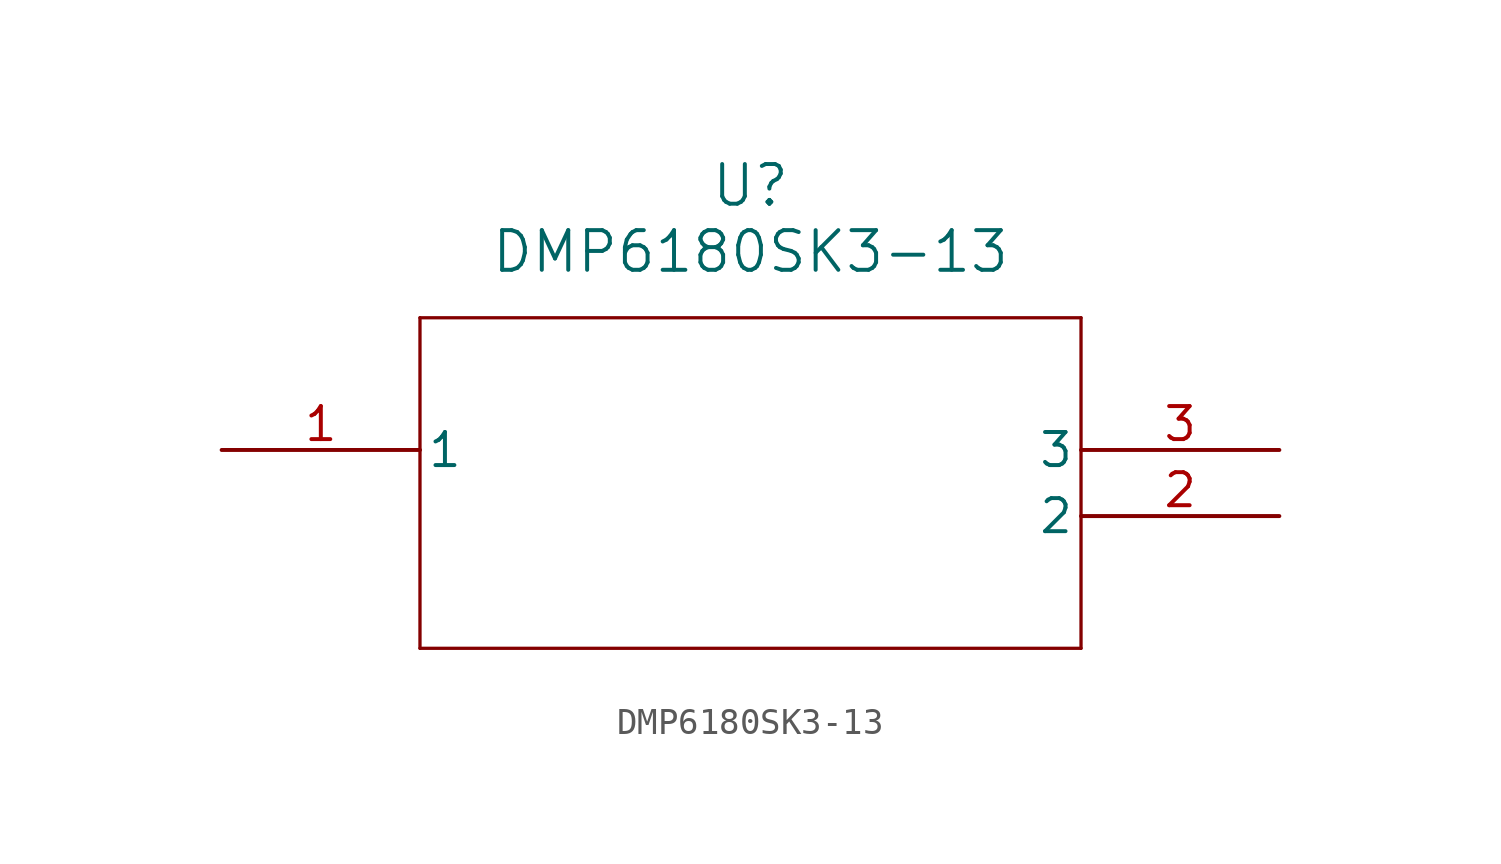
<source format=kicad_sym>
(kicad_symbol_lib
  (version 20211014)
  (generator kicad_symbol_editor)
  (symbol "DMP6180SK3-13"
    (pin_names
      (offset 0.254))
    (property "Reference" "U"
      (at 20.32 10.16 0)
      (effects (font (size 1.524 1.524))))
    (property "Value" "DMP6180SK3-13"
      (at 20.32 7.62 0)
      (effects (font (size 1.524 1.524))))
    (symbol "DMP6180SK3-13_0_1"
      (polyline (pts (xy 7.62 5.08) (xy 7.62 -7.62)) (stroke (width 0.127) (type default) (color 0 0 0 0)) (fill (type none)))
      (polyline (pts (xy 7.62 -7.62) (xy 33.02 -7.62)) (stroke (width 0.127) (type default) (color 0 0 0 0)) (fill (type none)))
      (polyline (pts (xy 33.02 -7.62) (xy 33.02 5.08)) (stroke (width 0.127) (type default) (color 0 0 0 0)) (fill (type none)))
      (polyline (pts (xy 33.02 5.08) (xy 7.62 5.08)) (stroke (width 0.127) (type default) (color 0 0 0 0)) (fill (type none)))
      (pin unspecified line (at 0 0 0) (length 7.62) (name "1" (effects (font (size 1.27 1.27)))) (number "1" (effects (font (size 1.27 1.27)))))
      (pin unspecified line (at 40.64 -2.54 180) (length 7.62) (name "2" (effects (font (size 1.27 1.27)))) (number "2" (effects (font (size 1.27 1.27)))))
      (pin unspecified line (at 40.64 0 180) (length 7.62) (name "3" (effects (font (size 1.27 1.27)))) (number "3" (effects (font (size 1.27 1.27))))))))
</source>
